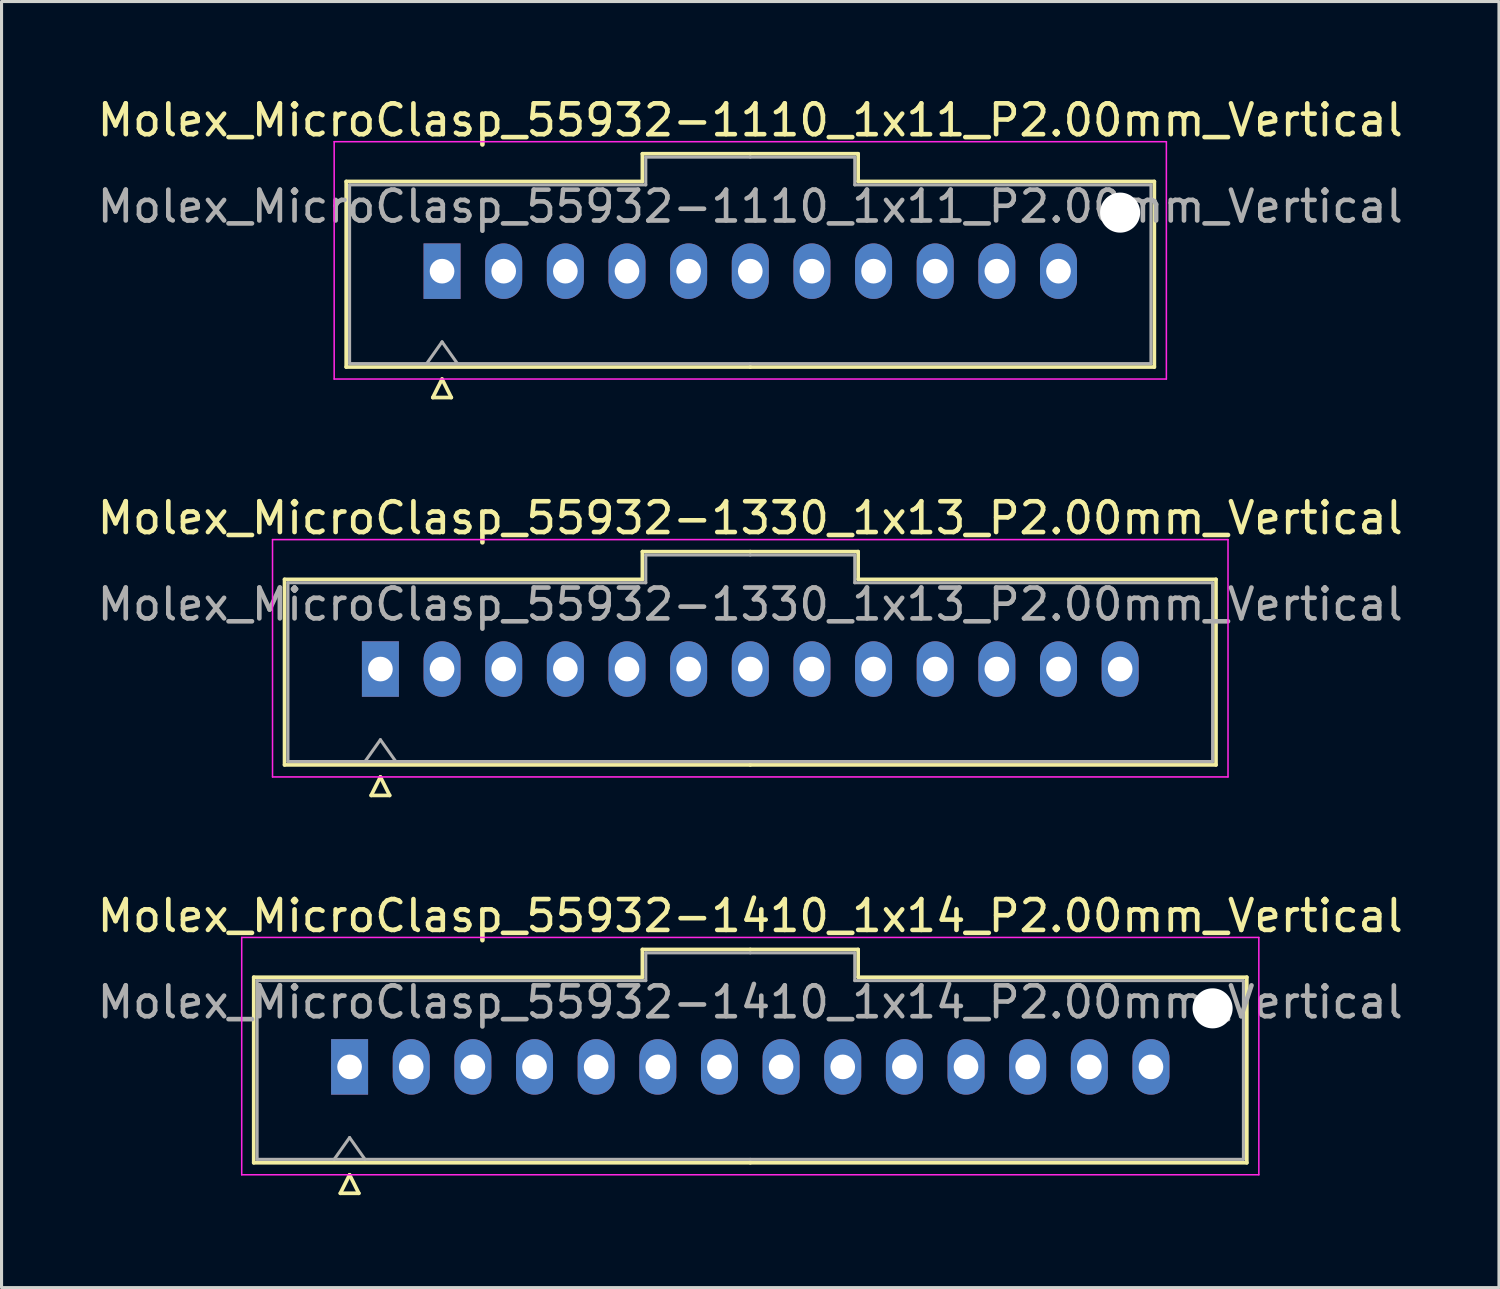
<source format=kicad_pcb>
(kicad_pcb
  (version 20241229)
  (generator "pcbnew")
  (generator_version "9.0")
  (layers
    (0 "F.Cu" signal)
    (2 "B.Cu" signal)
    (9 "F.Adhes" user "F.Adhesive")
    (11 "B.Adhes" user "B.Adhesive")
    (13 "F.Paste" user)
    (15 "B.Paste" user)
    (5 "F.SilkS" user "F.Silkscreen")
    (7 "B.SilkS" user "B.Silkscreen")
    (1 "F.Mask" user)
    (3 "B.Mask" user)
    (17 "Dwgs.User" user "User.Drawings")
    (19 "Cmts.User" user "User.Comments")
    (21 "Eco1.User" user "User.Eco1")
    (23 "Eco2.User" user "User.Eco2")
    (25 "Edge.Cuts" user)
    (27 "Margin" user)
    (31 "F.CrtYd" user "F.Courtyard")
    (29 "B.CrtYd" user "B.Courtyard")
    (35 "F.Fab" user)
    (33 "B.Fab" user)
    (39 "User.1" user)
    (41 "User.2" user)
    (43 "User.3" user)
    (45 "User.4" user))
  (footprint "Molex_MicroClasp_55932-1330_1x13_P2.00mm_Vertical"
    (layer "F.Cu")
    (at 9.292 18.657)
    (property "Reference" "Molex_MicroClasp_55932-1330_1x13_P2.00mm_Vertical" (at 12 -4.9 0) (layer "F.SilkS") (effects (font (size 1 1) (thickness 0.15))))
    (attr through_hole)
    (fp_line (start -3.11 -2.91) (end -3.11 3.11) (stroke (width 0.12) (type solid)) (layer "F.SilkS"))
    (fp_line (start -3.11 3.11) (end 12 3.11) (stroke (width 0.12) (type solid)) (layer "F.SilkS"))
    (fp_line (start -0.3 4.1) (end 0.3 4.1) (stroke (width 0.12) (type solid)) (layer "F.SilkS"))
    (fp_line (start 0 3.5) (end -0.3 4.1) (stroke (width 0.12) (type solid)) (layer "F.SilkS"))
    (fp_line (start 0.3 4.1) (end 0 3.5) (stroke (width 0.12) (type solid)) (layer "F.SilkS"))
    (fp_line (start 8.5 -3.81) (end 8.5 -2.91) (stroke (width 0.12) (type solid)) (layer "F.SilkS"))
    (fp_line (start 8.5 -2.91) (end -3.11 -2.91) (stroke (width 0.12) (type solid)) (layer "F.SilkS"))
    (fp_line (start 12 -3.81) (end 8.5 -3.81) (stroke (width 0.12) (type solid)) (layer "F.SilkS"))
    (fp_line (start 12 -3.81) (end 15.5 -3.81) (stroke (width 0.12) (type solid)) (layer "F.SilkS"))
    (fp_line (start 15.5 -3.81) (end 15.5 -2.91) (stroke (width 0.12) (type solid)) (layer "F.SilkS"))
    (fp_line (start 15.5 -2.91) (end 27.11 -2.91) (stroke (width 0.12) (type solid)) (layer "F.SilkS"))
    (fp_line (start 27.11 -2.91) (end 27.11 3.11) (stroke (width 0.12) (type solid)) (layer "F.SilkS"))
    (fp_line (start 27.11 3.11) (end 12 3.11) (stroke (width 0.12) (type solid)) (layer "F.SilkS"))
    (fp_line (start -3.5 -4.2) (end -3.5 3.5) (stroke (width 0.05) (type solid)) (layer "F.CrtYd"))
    (fp_line (start -3.5 3.5) (end 27.5 3.5) (stroke (width 0.05) (type solid)) (layer "F.CrtYd"))
    (fp_line (start 27.5 -4.2) (end -3.5 -4.2) (stroke (width 0.05) (type solid)) (layer "F.CrtYd"))
    (fp_line (start 27.5 3.5) (end 27.5 -4.2) (stroke (width 0.05) (type solid)) (layer "F.CrtYd"))
    (fp_line (start -3 -2.8) (end -3 3) (stroke (width 0.1) (type solid)) (layer "F.Fab"))
    (fp_line (start -3 3) (end 12 3) (stroke (width 0.1) (type solid)) (layer "F.Fab"))
    (fp_line (start -0.5 3) (end 0 2.293) (stroke (width 0.1) (type solid)) (layer "F.Fab"))
    (fp_line (start 0 2.293) (end 0.5 3) (stroke (width 0.1) (type solid)) (layer "F.Fab"))
    (fp_line (start 8.61 -3.7) (end 8.61 -2.8) (stroke (width 0.1) (type solid)) (layer "F.Fab"))
    (fp_line (start 8.61 -2.8) (end -3 -2.8) (stroke (width 0.1) (type solid)) (layer "F.Fab"))
    (fp_line (start 12 -3.7) (end 8.61 -3.7) (stroke (width 0.1) (type solid)) (layer "F.Fab"))
    (fp_line (start 12 -3.7) (end 15.39 -3.7) (stroke (width 0.1) (type solid)) (layer "F.Fab"))
    (fp_line (start 15.39 -3.7) (end 15.39 -2.8) (stroke (width 0.1) (type solid)) (layer "F.Fab"))
    (fp_line (start 15.39 -2.8) (end 27 -2.8) (stroke (width 0.1) (type solid)) (layer "F.Fab"))
    (fp_line (start 27 -2.8) (end 27 3) (stroke (width 0.1) (type solid)) (layer "F.Fab"))
    (fp_line (start 27 3) (end 12 3) (stroke (width 0.1) (type solid)) (layer "F.Fab"))
    (fp_text user "${REFERENCE}" (at 12 -2.1 0) (layer "F.Fab") (effects (font (size 1 1) (thickness 0.15))))
    (pad "1" thru_hole rect (at 0 0) (size 1.2 1.8) (drill 0.8) (layers "*.Cu" "*.Mask"))
    (pad "2" thru_hole oval (at 2 0) (size 1.2 1.8) (drill 0.8) (layers "*.Cu" "*.Mask"))
    (pad "3" thru_hole oval (at 4 0) (size 1.2 1.8) (drill 0.8) (layers "*.Cu" "*.Mask"))
    (pad "4" thru_hole oval (at 6 0) (size 1.2 1.8) (drill 0.8) (layers "*.Cu" "*.Mask"))
    (pad "5" thru_hole oval (at 8 0) (size 1.2 1.8) (drill 0.8) (layers "*.Cu" "*.Mask"))
    (pad "6" thru_hole oval (at 10 0) (size 1.2 1.8) (drill 0.8) (layers "*.Cu" "*.Mask"))
    (pad "7" thru_hole oval (at 12 0) (size 1.2 1.8) (drill 0.8) (layers "*.Cu" "*.Mask"))
    (pad "8" thru_hole oval (at 14 0) (size 1.2 1.8) (drill 0.8) (layers "*.Cu" "*.Mask"))
    (pad "9" thru_hole oval (at 16 0) (size 1.2 1.8) (drill 0.8) (layers "*.Cu" "*.Mask"))
    (pad "10" thru_hole oval (at 18 0) (size 1.2 1.8) (drill 0.8) (layers "*.Cu" "*.Mask"))
    (pad "11" thru_hole oval (at 20 0) (size 1.2 1.8) (drill 0.8) (layers "*.Cu" "*.Mask"))
    (pad "12" thru_hole oval (at 22 0) (size 1.2 1.8) (drill 0.8) (layers "*.Cu" "*.Mask"))
    (pad "13" thru_hole oval (at 24 0) (size 1.2 1.8) (drill 0.8) (layers "*.Cu" "*.Mask")))
  (footprint "Molex_MicroClasp_55932-1110_1x11_P2.00mm_Vertical"
    (layer "F.Cu")
    (at 11.292 5.748)
    (property "Reference" "Molex_MicroClasp_55932-1110_1x11_P2.00mm_Vertical" (at 10 -4.9 0) (layer "F.SilkS") (effects (font (size 1 1) (thickness 0.15))))
    (attr through_hole)
    (fp_line (start -3.11 -2.91) (end -3.11 3.11) (stroke (width 0.12) (type solid)) (layer "F.SilkS"))
    (fp_line (start -3.11 3.11) (end 10 3.11) (stroke (width 0.12) (type solid)) (layer "F.SilkS"))
    (fp_line (start -0.3 4.1) (end 0.3 4.1) (stroke (width 0.12) (type solid)) (layer "F.SilkS"))
    (fp_line (start 0 3.5) (end -0.3 4.1) (stroke (width 0.12) (type solid)) (layer "F.SilkS"))
    (fp_line (start 0.3 4.1) (end 0 3.5) (stroke (width 0.12) (type solid)) (layer "F.SilkS"))
    (fp_line (start 6.5 -3.81) (end 6.5 -2.91) (stroke (width 0.12) (type solid)) (layer "F.SilkS"))
    (fp_line (start 6.5 -2.91) (end -3.11 -2.91) (stroke (width 0.12) (type solid)) (layer "F.SilkS"))
    (fp_line (start 10 -3.81) (end 6.5 -3.81) (stroke (width 0.12) (type solid)) (layer "F.SilkS"))
    (fp_line (start 10 -3.81) (end 13.5 -3.81) (stroke (width 0.12) (type solid)) (layer "F.SilkS"))
    (fp_line (start 13.5 -3.81) (end 13.5 -2.91) (stroke (width 0.12) (type solid)) (layer "F.SilkS"))
    (fp_line (start 13.5 -2.91) (end 23.11 -2.91) (stroke (width 0.12) (type solid)) (layer "F.SilkS"))
    (fp_line (start 23.11 -2.91) (end 23.11 3.11) (stroke (width 0.12) (type solid)) (layer "F.SilkS"))
    (fp_line (start 23.11 3.11) (end 10 3.11) (stroke (width 0.12) (type solid)) (layer "F.SilkS"))
    (fp_line (start -3.5 -4.2) (end -3.5 3.5) (stroke (width 0.05) (type solid)) (layer "F.CrtYd"))
    (fp_line (start -3.5 3.5) (end 23.5 3.5) (stroke (width 0.05) (type solid)) (layer "F.CrtYd"))
    (fp_line (start 23.5 -4.2) (end -3.5 -4.2) (stroke (width 0.05) (type solid)) (layer "F.CrtYd"))
    (fp_line (start 23.5 3.5) (end 23.5 -4.2) (stroke (width 0.05) (type solid)) (layer "F.CrtYd"))
    (fp_line (start -3 -2.8) (end -3 3) (stroke (width 0.1) (type solid)) (layer "F.Fab"))
    (fp_line (start -3 3) (end 10 3) (stroke (width 0.1) (type solid)) (layer "F.Fab"))
    (fp_line (start -0.5 3) (end 0 2.293) (stroke (width 0.1) (type solid)) (layer "F.Fab"))
    (fp_line (start 0 2.293) (end 0.5 3) (stroke (width 0.1) (type solid)) (layer "F.Fab"))
    (fp_line (start 6.61 -3.7) (end 6.61 -2.8) (stroke (width 0.1) (type solid)) (layer "F.Fab"))
    (fp_line (start 6.61 -2.8) (end -3 -2.8) (stroke (width 0.1) (type solid)) (layer "F.Fab"))
    (fp_line (start 10 -3.7) (end 6.61 -3.7) (stroke (width 0.1) (type solid)) (layer "F.Fab"))
    (fp_line (start 10 -3.7) (end 13.39 -3.7) (stroke (width 0.1) (type solid)) (layer "F.Fab"))
    (fp_line (start 13.39 -3.7) (end 13.39 -2.8) (stroke (width 0.1) (type solid)) (layer "F.Fab"))
    (fp_line (start 13.39 -2.8) (end 23 -2.8) (stroke (width 0.1) (type solid)) (layer "F.Fab"))
    (fp_line (start 23 -2.8) (end 23 3) (stroke (width 0.1) (type solid)) (layer "F.Fab"))
    (fp_line (start 23 3) (end 10 3) (stroke (width 0.1) (type solid)) (layer "F.Fab"))
    (fp_text user "${REFERENCE}" (at 10 -2.1 0) (layer "F.Fab") (effects (font (size 1 1) (thickness 0.15))))
    (pad "" np_thru_hole circle (at 22 -1.9) (size 1.3 1.3) (drill 1.3) (layers "*.Cu" "*.Mask"))
    (pad "1" thru_hole rect (at 0 0) (size 1.2 1.8) (drill 0.8) (layers "*.Cu" "*.Mask"))
    (pad "2" thru_hole oval (at 2 0) (size 1.2 1.8) (drill 0.8) (layers "*.Cu" "*.Mask"))
    (pad "3" thru_hole oval (at 4 0) (size 1.2 1.8) (drill 0.8) (layers "*.Cu" "*.Mask"))
    (pad "4" thru_hole oval (at 6 0) (size 1.2 1.8) (drill 0.8) (layers "*.Cu" "*.Mask"))
    (pad "5" thru_hole oval (at 8 0) (size 1.2 1.8) (drill 0.8) (layers "*.Cu" "*.Mask"))
    (pad "6" thru_hole oval (at 10 0) (size 1.2 1.8) (drill 0.8) (layers "*.Cu" "*.Mask"))
    (pad "7" thru_hole oval (at 12 0) (size 1.2 1.8) (drill 0.8) (layers "*.Cu" "*.Mask"))
    (pad "8" thru_hole oval (at 14 0) (size 1.2 1.8) (drill 0.8) (layers "*.Cu" "*.Mask"))
    (pad "9" thru_hole oval (at 16 0) (size 1.2 1.8) (drill 0.8) (layers "*.Cu" "*.Mask"))
    (pad "10" thru_hole oval (at 18 0) (size 1.2 1.8) (drill 0.8) (layers "*.Cu" "*.Mask"))
    (pad "11" thru_hole oval (at 20 0) (size 1.2 1.8) (drill 0.8) (layers "*.Cu" "*.Mask")))
  (footprint "Molex_MicroClasp_55932-1410_1x14_P2.00mm_Vertical"
    (layer "F.Cu")
    (at 8.292 31.565)
    (property "Reference" "Molex_MicroClasp_55932-1410_1x14_P2.00mm_Vertical" (at 13 -4.9 0) (layer "F.SilkS") (effects (font (size 1 1) (thickness 0.15))))
    (attr through_hole)
    (fp_line (start -3.11 -2.91) (end -3.11 3.11) (stroke (width 0.12) (type solid)) (layer "F.SilkS"))
    (fp_line (start -3.11 3.11) (end 13 3.11) (stroke (width 0.12) (type solid)) (layer "F.SilkS"))
    (fp_line (start -0.3 4.1) (end 0.3 4.1) (stroke (width 0.12) (type solid)) (layer "F.SilkS"))
    (fp_line (start 0 3.5) (end -0.3 4.1) (stroke (width 0.12) (type solid)) (layer "F.SilkS"))
    (fp_line (start 0.3 4.1) (end 0 3.5) (stroke (width 0.12) (type solid)) (layer "F.SilkS"))
    (fp_line (start 9.5 -3.81) (end 9.5 -2.91) (stroke (width 0.12) (type solid)) (layer "F.SilkS"))
    (fp_line (start 9.5 -2.91) (end -3.11 -2.91) (stroke (width 0.12) (type solid)) (layer "F.SilkS"))
    (fp_line (start 13 -3.81) (end 9.5 -3.81) (stroke (width 0.12) (type solid)) (layer "F.SilkS"))
    (fp_line (start 13 -3.81) (end 16.5 -3.81) (stroke (width 0.12) (type solid)) (layer "F.SilkS"))
    (fp_line (start 16.5 -3.81) (end 16.5 -2.91) (stroke (width 0.12) (type solid)) (layer "F.SilkS"))
    (fp_line (start 16.5 -2.91) (end 29.11 -2.91) (stroke (width 0.12) (type solid)) (layer "F.SilkS"))
    (fp_line (start 29.11 -2.91) (end 29.11 3.11) (stroke (width 0.12) (type solid)) (layer "F.SilkS"))
    (fp_line (start 29.11 3.11) (end 13 3.11) (stroke (width 0.12) (type solid)) (layer "F.SilkS"))
    (fp_line (start -3.5 -4.2) (end -3.5 3.5) (stroke (width 0.05) (type solid)) (layer "F.CrtYd"))
    (fp_line (start -3.5 3.5) (end 29.5 3.5) (stroke (width 0.05) (type solid)) (layer "F.CrtYd"))
    (fp_line (start 29.5 -4.2) (end -3.5 -4.2) (stroke (width 0.05) (type solid)) (layer "F.CrtYd"))
    (fp_line (start 29.5 3.5) (end 29.5 -4.2) (stroke (width 0.05) (type solid)) (layer "F.CrtYd"))
    (fp_line (start -3 -2.8) (end -3 3) (stroke (width 0.1) (type solid)) (layer "F.Fab"))
    (fp_line (start -3 3) (end 13 3) (stroke (width 0.1) (type solid)) (layer "F.Fab"))
    (fp_line (start -0.5 3) (end 0 2.293) (stroke (width 0.1) (type solid)) (layer "F.Fab"))
    (fp_line (start 0 2.293) (end 0.5 3) (stroke (width 0.1) (type solid)) (layer "F.Fab"))
    (fp_line (start 9.61 -3.7) (end 9.61 -2.8) (stroke (width 0.1) (type solid)) (layer "F.Fab"))
    (fp_line (start 9.61 -2.8) (end -3 -2.8) (stroke (width 0.1) (type solid)) (layer "F.Fab"))
    (fp_line (start 13 -3.7) (end 9.61 -3.7) (stroke (width 0.1) (type solid)) (layer "F.Fab"))
    (fp_line (start 13 -3.7) (end 16.39 -3.7) (stroke (width 0.1) (type solid)) (layer "F.Fab"))
    (fp_line (start 16.39 -3.7) (end 16.39 -2.8) (stroke (width 0.1) (type solid)) (layer "F.Fab"))
    (fp_line (start 16.39 -2.8) (end 29 -2.8) (stroke (width 0.1) (type solid)) (layer "F.Fab"))
    (fp_line (start 29 -2.8) (end 29 3) (stroke (width 0.1) (type solid)) (layer "F.Fab"))
    (fp_line (start 29 3) (end 13 3) (stroke (width 0.1) (type solid)) (layer "F.Fab"))
    (fp_text user "${REFERENCE}" (at 13 -2.1 0) (layer "F.Fab") (effects (font (size 1 1) (thickness 0.15))))
    (pad "" np_thru_hole circle (at 28 -1.9) (size 1.3 1.3) (drill 1.3) (layers "*.Cu" "*.Mask"))
    (pad "1" thru_hole rect (at 0 0) (size 1.2 1.8) (drill 0.8) (layers "*.Cu" "*.Mask"))
    (pad "2" thru_hole oval (at 2 0) (size 1.2 1.8) (drill 0.8) (layers "*.Cu" "*.Mask"))
    (pad "3" thru_hole oval (at 4 0) (size 1.2 1.8) (drill 0.8) (layers "*.Cu" "*.Mask"))
    (pad "4" thru_hole oval (at 6 0) (size 1.2 1.8) (drill 0.8) (layers "*.Cu" "*.Mask"))
    (pad "5" thru_hole oval (at 8 0) (size 1.2 1.8) (drill 0.8) (layers "*.Cu" "*.Mask"))
    (pad "6" thru_hole oval (at 10 0) (size 1.2 1.8) (drill 0.8) (layers "*.Cu" "*.Mask"))
    (pad "7" thru_hole oval (at 12 0) (size 1.2 1.8) (drill 0.8) (layers "*.Cu" "*.Mask"))
    (pad "8" thru_hole oval (at 14 0) (size 1.2 1.8) (drill 0.8) (layers "*.Cu" "*.Mask"))
    (pad "9" thru_hole oval (at 16 0) (size 1.2 1.8) (drill 0.8) (layers "*.Cu" "*.Mask"))
    (pad "10" thru_hole oval (at 18 0) (size 1.2 1.8) (drill 0.8) (layers "*.Cu" "*.Mask"))
    (pad "11" thru_hole oval (at 20 0) (size 1.2 1.8) (drill 0.8) (layers "*.Cu" "*.Mask"))
    (pad "12" thru_hole oval (at 22 0) (size 1.2 1.8) (drill 0.8) (layers "*.Cu" "*.Mask"))
    (pad "13" thru_hole oval (at 24 0) (size 1.2 1.8) (drill 0.8) (layers "*.Cu" "*.Mask"))
    (pad "14" thru_hole oval (at 26 0) (size 1.2 1.8) (drill 0.8) (layers "*.Cu" "*.Mask")))
  (gr_rect
    (start -3 -3)
    (end 45.583 38.725)
    (stroke (width 0.1) (type default))
    (fill no)
    (layer "Edge.Cuts")))
</source>
